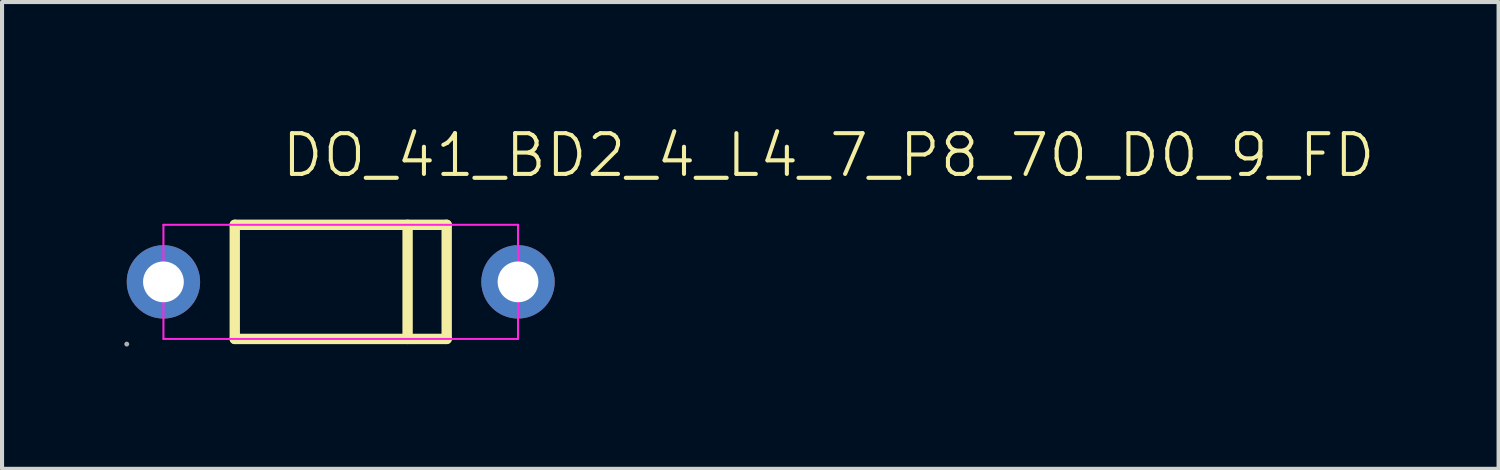
<source format=kicad_pcb>
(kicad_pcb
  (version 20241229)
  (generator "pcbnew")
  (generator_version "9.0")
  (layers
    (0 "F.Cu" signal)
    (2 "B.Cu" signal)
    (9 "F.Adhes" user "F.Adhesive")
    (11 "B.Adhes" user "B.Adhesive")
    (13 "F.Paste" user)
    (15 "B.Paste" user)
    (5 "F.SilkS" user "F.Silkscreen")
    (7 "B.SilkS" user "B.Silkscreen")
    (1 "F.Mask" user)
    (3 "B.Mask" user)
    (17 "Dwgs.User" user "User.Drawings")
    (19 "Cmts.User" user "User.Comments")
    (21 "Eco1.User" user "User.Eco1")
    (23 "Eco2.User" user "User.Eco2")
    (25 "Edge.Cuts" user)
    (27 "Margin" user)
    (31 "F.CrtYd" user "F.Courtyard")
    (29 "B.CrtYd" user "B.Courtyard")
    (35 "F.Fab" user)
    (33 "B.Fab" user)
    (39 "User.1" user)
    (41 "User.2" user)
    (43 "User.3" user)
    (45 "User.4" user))
  (footprint "DO_41_BD2_4_L4_7_P8_70_D0_9_FD"
    (layer "F.Cu")
    (at 5.31 3.866)
    (property "Reference" "DO_41_BD2_4_L4_7_P8_70_D0_9_FD" (at -1.5 -3.106 0) (layer "F.SilkS") (effects (font (size 1 1) (thickness 0.1)) (justify left)))
    (fp_line (start -2.6 1.4) (end -2.6 -1.4) (stroke (width 0.254) (type solid)) (layer "F.SilkS"))
    (fp_line (start 1.641 1.4) (end 1.641 -1.4) (stroke (width 0.254) (type solid)) (layer "F.SilkS"))
    (fp_line (start 2.6 -1.4) (end -2.6 -1.4) (stroke (width 0.254) (type solid)) (layer "F.SilkS"))
    (fp_line (start 2.6 1.4) (end -2.6 1.4) (stroke (width 0.254) (type solid)) (layer "F.SilkS"))
    (fp_line (start 2.6 1.4) (end 2.6 -1.4) (stroke (width 0.254) (type solid)) (layer "F.SilkS"))
    (fp_line (start -4.35 -1.4) (end -4.35 1.4) (stroke (width 0.05) (type solid)) (layer "F.CrtYd"))
    (fp_line (start -4.35 1.4) (end 4.35 1.4) (stroke (width 0.05) (type solid)) (layer "F.CrtYd"))
    (fp_line (start 4.35 -1.4) (end -4.35 -1.4) (stroke (width 0.05) (type solid)) (layer "F.CrtYd"))
    (fp_line (start 4.35 1.4) (end 4.35 -1.4) (stroke (width 0.05) (type solid)) (layer "F.CrtYd"))
    (fp_arc (start -5.22 1.527) (mid -5.28 1.527) (end -5.22 1.527) (stroke (width 0.06) (type solid)) (layer "F.Fab"))
    (pad "1" thru_hole circle (at -4.35 0) (size 1.8 1.8) (drill 1) (layers "*.Cu" "*.Mask"))
    (pad "2" thru_hole circle (at 4.35 0) (size 1.8 1.8) (drill 1) (layers "*.Cu" "*.Mask")))
  (gr_rect
    (start -3 -3)
    (end 33.72 8.453)
    (stroke (width 0.1) (type default))
    (fill no)
    (layer "Edge.Cuts")))
</source>
